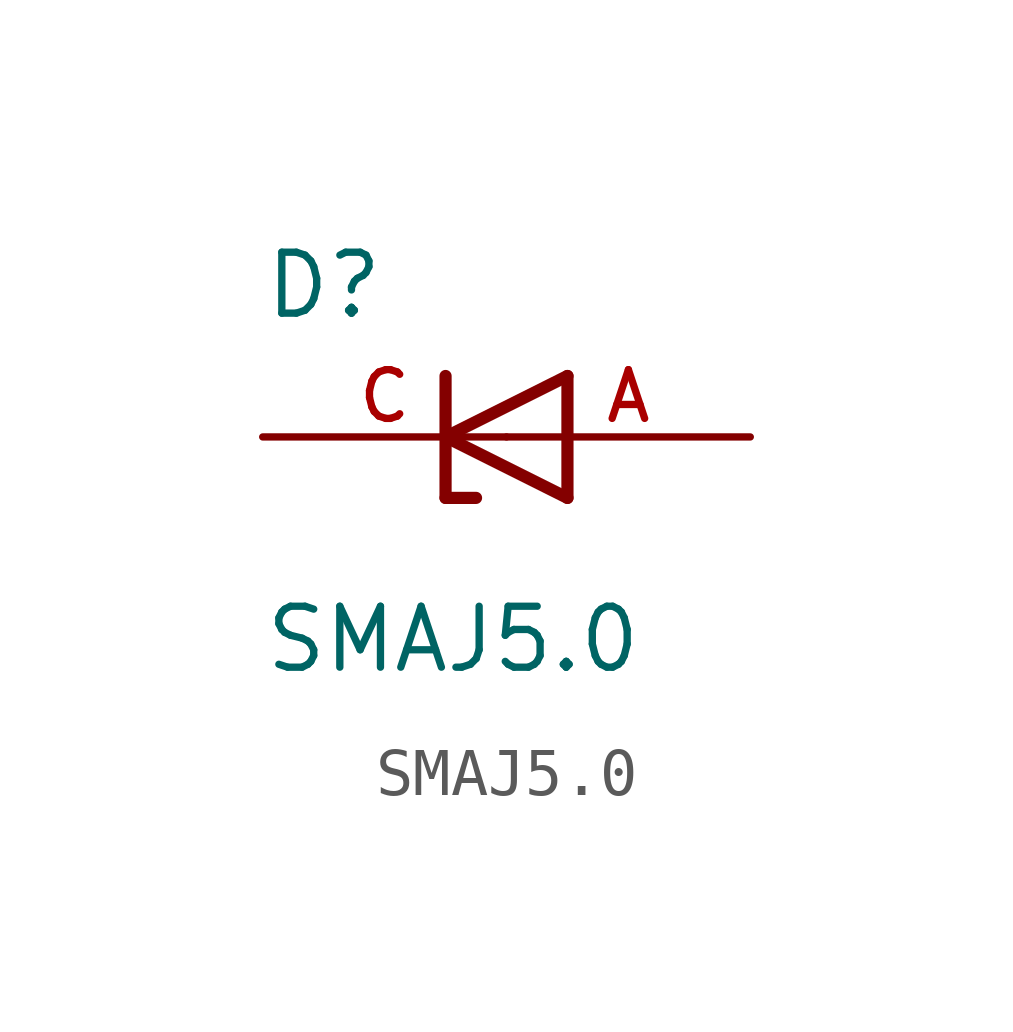
<source format=kicad_sym>
(kicad_symbol_lib
  (version 20211014)
  (generator kicad_symbol_editor)
  (symbol "SMAJ5.0"
    (pin_names
      (offset 1.016))
    (property "Reference" "D"
      (at -5.084 2.416 0)
      (effects (font (size 1.27 1.27)) (justify bottom left)))
    (property "Value" "SMAJ5.0"
      (at -5.085 -4.961 0)
      (effects (font (size 1.27 1.27)) (justify bottom left)))
    (symbol "SMAJ5.0_0_0"
      (polyline (pts (xy 1.27 1.27) (xy -1.27 0.0)) (stroke (width 0.254)))
      (polyline (pts (xy -1.27 0.0) (xy 1.27 -1.27)) (stroke (width 0.254)))
      (polyline (pts (xy -0.635 -1.27) (xy -1.27 -1.27)) (stroke (width 0.254)))
      (polyline (pts (xy -1.27 -1.27) (xy -1.27 0.0)) (stroke (width 0.254)))
      (polyline (pts (xy 1.27 -1.27) (xy 1.27 1.27)) (stroke (width 0.254)))
      (polyline (pts (xy -1.27 0.0) (xy -1.27 1.27)) (stroke (width 0.254)))
      (pin passive line (at 5.08 0.0 180.0) (length 5.08) (name "~" (effects (font (size 1.016 1.016)))) (number "A" (effects (font (size 1.016 1.016)))))
      (pin passive line (at -5.08 0.0 0) (length 5.08) (name "~" (effects (font (size 1.016 1.016)))) (number "C" (effects (font (size 1.016 1.016))))))))
</source>
